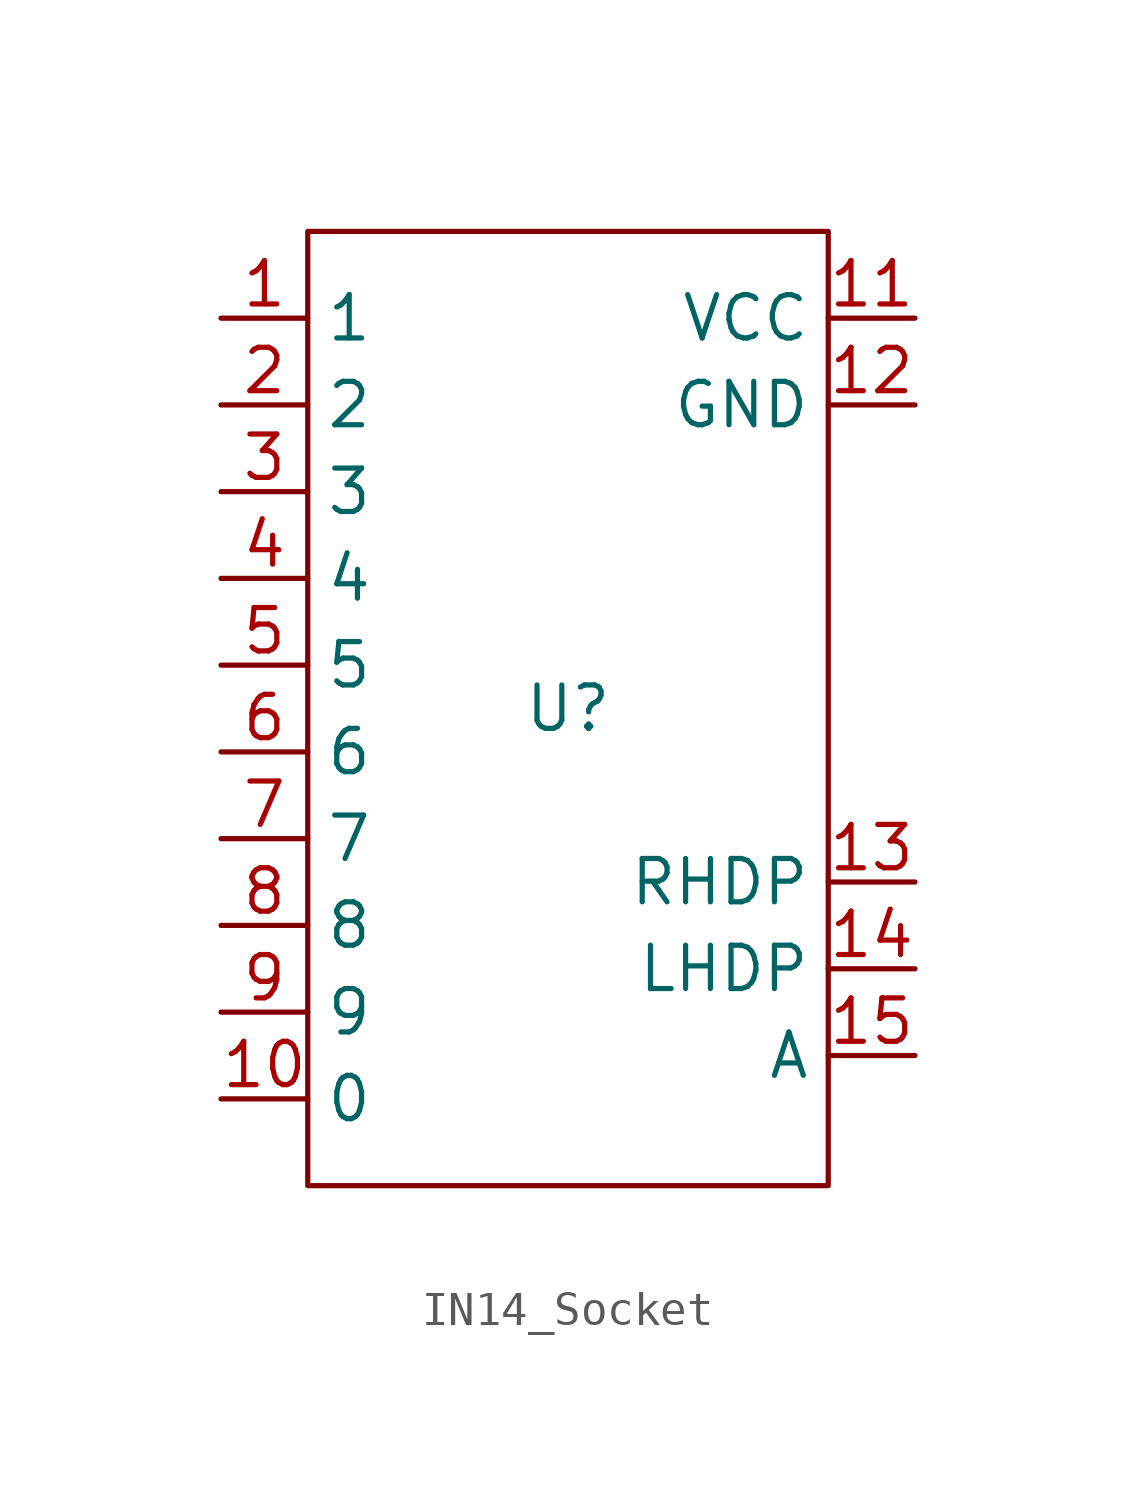
<source format=kicad_sym>
(kicad_symbol_lib
  (version 20231120)
  (generator "kicad_symbol_editor")
  (generator_version "8.0")
  (symbol "IN14_Socket"
    (property "Reference" "U"
      (at 0 1.27 0)
      (effects (font (size 1.27 1.27))))
    (property "Value" ""
      (at 0 6.35 0)
      (effects (font (size 1.27 1.27))))
    (symbol "IN14_Socket_0_1"
      (rectangle (start -7.62 15.24) (end 7.62 -12.7) (stroke (width 0) (type default)) (fill (type none))))
    (symbol "IN14_Socket_1_1"
      (pin input line (at -10.16 12.7 0) (length 2.54) (name "1" (effects (font (size 1.27 1.27)))) (number "1" (effects (font (size 1.27 1.27)))))
      (pin input line (at -10.16 -10.16 0) (length 2.54) (name "0" (effects (font (size 1.27 1.27)))) (number "10" (effects (font (size 1.27 1.27)))))
      (pin power_in line (at 10.16 12.7 180) (length 2.54) (name "VCC" (effects (font (size 1.27 1.27)))) (number "11" (effects (font (size 1.27 1.27)))))
      (pin power_in line (at 10.16 10.16 180) (length 2.54) (name "GND" (effects (font (size 1.27 1.27)))) (number "12" (effects (font (size 1.27 1.27)))))
      (pin input line (at 10.16 -3.81 180) (length 2.54) (name "RHDP" (effects (font (size 1.27 1.27)))) (number "13" (effects (font (size 1.27 1.27)))))
      (pin input line (at 10.16 -6.35 180) (length 2.54) (name "LHDP" (effects (font (size 1.27 1.27)))) (number "14" (effects (font (size 1.27 1.27)))))
      (pin input line (at 10.16 -8.89 180) (length 2.54) (name "A" (effects (font (size 1.27 1.27)))) (number "15" (effects (font (size 1.27 1.27)))))
      (pin input line (at -10.16 10.16 0) (length 2.54) (name "2" (effects (font (size 1.27 1.27)))) (number "2" (effects (font (size 1.27 1.27)))))
      (pin input line (at -10.16 7.62 0) (length 2.54) (name "3" (effects (font (size 1.27 1.27)))) (number "3" (effects (font (size 1.27 1.27)))))
      (pin input line (at -10.16 5.08 0) (length 2.54) (name "4" (effects (font (size 1.27 1.27)))) (number "4" (effects (font (size 1.27 1.27)))))
      (pin input line (at -10.16 2.54 0) (length 2.54) (name "5" (effects (font (size 1.27 1.27)))) (number "5" (effects (font (size 1.27 1.27)))))
      (pin input line (at -10.16 0 0) (length 2.54) (name "6" (effects (font (size 1.27 1.27)))) (number "6" (effects (font (size 1.27 1.27)))))
      (pin input line (at -10.16 -2.54 0) (length 2.54) (name "7" (effects (font (size 1.27 1.27)))) (number "7" (effects (font (size 1.27 1.27)))))
      (pin input line (at -10.16 -5.08 0) (length 2.54) (name "8" (effects (font (size 1.27 1.27)))) (number "8" (effects (font (size 1.27 1.27)))))
      (pin input line (at -10.16 -7.62 0) (length 2.54) (name "9" (effects (font (size 1.27 1.27)))) (number "9" (effects (font (size 1.27 1.27))))))))
</source>
